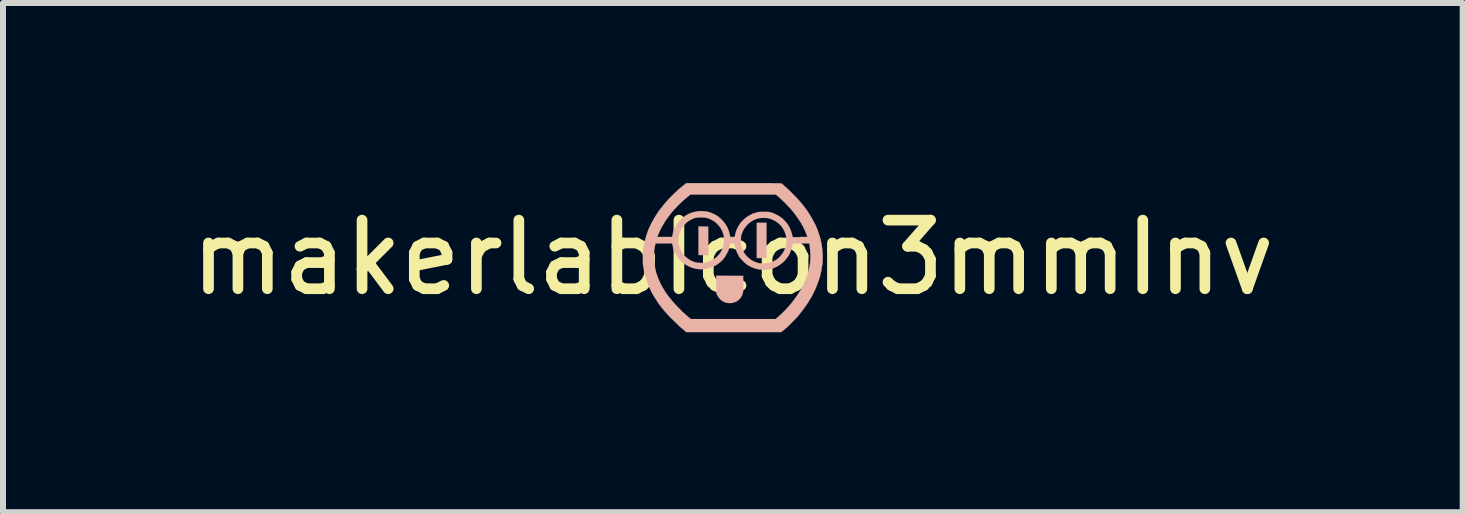
<source format=kicad_pcb>
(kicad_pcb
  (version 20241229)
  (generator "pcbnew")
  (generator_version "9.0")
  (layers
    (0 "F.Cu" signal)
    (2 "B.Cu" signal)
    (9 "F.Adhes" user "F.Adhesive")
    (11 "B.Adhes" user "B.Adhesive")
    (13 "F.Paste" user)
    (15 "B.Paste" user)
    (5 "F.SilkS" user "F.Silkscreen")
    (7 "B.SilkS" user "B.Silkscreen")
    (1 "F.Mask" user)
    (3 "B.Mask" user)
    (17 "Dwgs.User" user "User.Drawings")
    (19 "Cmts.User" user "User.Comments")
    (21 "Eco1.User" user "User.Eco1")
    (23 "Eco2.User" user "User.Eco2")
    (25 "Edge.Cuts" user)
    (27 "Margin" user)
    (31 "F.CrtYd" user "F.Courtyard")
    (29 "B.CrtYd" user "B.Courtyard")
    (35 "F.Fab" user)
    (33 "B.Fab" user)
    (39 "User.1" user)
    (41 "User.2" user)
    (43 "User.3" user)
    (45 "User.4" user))
  (footprint "makerlabIcon3mmInv"
    (layer "F.Cu")
    (at 9.16 1.241)
    (property "Reference" "makerlabIcon3mmInv" (at 0 0 0) (layer "F.SilkS") (effects (font (size 1.143 1.143) (thickness 0.178))))
    (attr through_hole)
    (fp_poly (pts (xy -0.572 -0.041) (xy -0.49 -0.041) (xy -0.409 -0.041) (xy -0.409 -0.277) (xy -0.411 -0.516) (xy -0.49 -0.518) (xy -0.572 -0.518) (xy -0.572 -0.279) (xy -0.572 -0.041)) (stroke (width 0.003) (type solid)) (fill yes) (layer "B.SilkS"))
    (fp_poly (pts (xy 0.399 0.008) (xy 0.48 0.008) (xy 0.561 0.008) (xy 0.561 -0.284) (xy 0.561 -0.579) (xy 0.48 -0.579) (xy 0.399 -0.579) (xy 0.399 -0.284) (xy 0.399 0.008)) (stroke (width 0.003) (type solid)) (fill yes) (layer "B.SilkS"))
    (fp_poly (pts (xy -0.277 0.302) (xy -0.277 0.45) (xy -0.274 0.594) (xy -0.259 0.63) (xy -0.236 0.665) (xy -0.208 0.699) (xy -0.173 0.726) (xy -0.135 0.744) (xy -0.119 0.752) (xy -0.084 0.757) (xy -0.048 0.759) (xy -0.013 0.757) (xy 0.018 0.749) (xy 0.061 0.732) (xy 0.097 0.706) (xy 0.127 0.676) (xy 0.15 0.638) (xy 0.165 0.599) (xy 0.168 0.592) (xy 0.17 0.582) (xy 0.17 0.569) (xy 0.173 0.556) (xy 0.173 0.536) (xy 0.173 0.513) (xy 0.173 0.48) (xy 0.173 0.442) (xy 0.173 0.439) (xy 0.173 0.305) (xy -0.051 0.305) (xy -0.277 0.302)) (stroke (width 0.003) (type solid)) (fill yes) (layer "B.SilkS"))
    (fp_poly (pts (xy -1.499 0.025) (xy -1.499 0.064) (xy -1.499 0.097) (xy -1.496 0.127) (xy -1.494 0.137) (xy -1.478 0.231) (xy -1.455 0.32) (xy -1.427 0.409) (xy -1.394 0.493) (xy -1.354 0.577) (xy -1.313 0.65) (xy -1.313 0.025) (xy -1.313 -0.015) (xy -1.311 -0.056) (xy -1.311 -0.097) (xy -1.306 -0.135) (xy -1.303 -0.168) (xy -1.3 -0.18) (xy -1.295 -0.201) (xy -1.293 -0.216) (xy -1.29 -0.229) (xy -1.288 -0.234) (xy -1.285 -0.234) (xy -1.273 -0.234) (xy -1.257 -0.236) (xy -1.257 -0.343) (xy -1.255 -0.353) (xy -1.247 -0.371) (xy -1.237 -0.394) (xy -1.227 -0.419) (xy -1.214 -0.45) (xy -1.199 -0.478) (xy -1.186 -0.503) (xy -1.179 -0.516) (xy -1.123 -0.61) (xy -1.059 -0.699) (xy -0.988 -0.787) (xy -0.909 -0.871) (xy -0.826 -0.95) (xy -0.747 -1.016) (xy -0.706 -1.049) (xy 0.005 -1.049) (xy 0.716 -1.049) (xy 0.762 -1.011) (xy 0.78 -0.996) (xy 0.8 -0.975) (xy 0.826 -0.953) (xy 0.848 -0.93) (xy 0.874 -0.907) (xy 0.874 -0.904) (xy 0.953 -0.823) (xy 1.021 -0.742) (xy 1.082 -0.658) (xy 1.135 -0.577) (xy 1.181 -0.493) (xy 1.219 -0.406) (xy 1.222 -0.399) (xy 1.229 -0.378) (xy 1.237 -0.363) (xy 1.242 -0.351) (xy 1.242 -0.345) (xy 1.24 -0.345) (xy 1.227 -0.343) (xy 1.209 -0.343) (xy 1.186 -0.343) (xy 1.161 -0.343) (xy 1.133 -0.343) (xy 1.105 -0.34) (xy 1.077 -0.34) (xy 1.052 -0.34) (xy 1.031 -0.34) (xy 1.013 -0.34) (xy 1.001 -0.34) (xy 0.998 -0.345) (xy 0.993 -0.356) (xy 0.991 -0.371) (xy 0.988 -0.381) (xy 0.97 -0.442) (xy 0.947 -0.5) (xy 0.914 -0.554) (xy 0.876 -0.602) (xy 0.833 -0.645) (xy 0.782 -0.683) (xy 0.726 -0.716) (xy 0.665 -0.742) (xy 0.632 -0.752) (xy 0.617 -0.754) (xy 0.605 -0.759) (xy 0.589 -0.759) (xy 0.572 -0.762) (xy 0.549 -0.762) (xy 0.518 -0.762) (xy 0.513 -0.762) (xy 0.485 -0.762) (xy 0.462 -0.762) (xy 0.445 -0.759) (xy 0.429 -0.759) (xy 0.417 -0.757) (xy 0.401 -0.754) (xy 0.389 -0.749) (xy 0.328 -0.729) (xy 0.269 -0.699) (xy 0.216 -0.663) (xy 0.168 -0.62) (xy 0.124 -0.572) (xy 0.089 -0.516) (xy 0.079 -0.495) (xy 0.066 -0.47) (xy 0.056 -0.445) (xy 0.048 -0.419) (xy 0.041 -0.389) (xy 0.033 -0.353) (xy 0.03 -0.348) (xy 0.028 -0.345) (xy 0.02 -0.343) (xy 0.008 -0.343) (xy -0.005 -0.343) (xy -0.043 -0.343) (xy -0.048 -0.371) (xy -0.064 -0.434) (xy -0.086 -0.493) (xy -0.117 -0.549) (xy -0.155 -0.599) (xy -0.198 -0.645) (xy -0.246 -0.686) (xy -0.3 -0.719) (xy -0.315 -0.724) (xy -0.368 -0.749) (xy -0.424 -0.765) (xy -0.48 -0.772) (xy -0.546 -0.775) (xy -0.61 -0.767) (xy -0.673 -0.752) (xy -0.732 -0.729) (xy -0.787 -0.699) (xy -0.838 -0.66) (xy -0.869 -0.632) (xy -0.912 -0.584) (xy -0.947 -0.528) (xy -0.978 -0.472) (xy -0.998 -0.409) (xy -1.008 -0.358) (xy -1.011 -0.343) (xy -1.133 -0.343) (xy -1.257 -0.343) (xy -1.257 -0.236) (xy -1.255 -0.236) (xy -1.232 -0.236) (xy -1.204 -0.236) (xy -1.176 -0.236) (xy -1.146 -0.236) (xy -1.115 -0.236) (xy -1.087 -0.236) (xy -1.062 -0.236) (xy -1.039 -0.236) (xy -1.024 -0.236) (xy -1.013 -0.236) (xy -1.011 -0.236) (xy -1.008 -0.231) (xy -1.008 -0.218) (xy -1.003 -0.203) (xy -1.003 -0.198) (xy -0.988 -0.135) (xy -0.963 -0.076) (xy -0.932 -0.023) (xy -0.907 0.01) (xy -0.907 -0.279) (xy -0.907 -0.287) (xy -0.907 -0.315) (xy -0.904 -0.338) (xy -0.904 -0.356) (xy -0.899 -0.373) (xy -0.897 -0.384) (xy -0.876 -0.439) (xy -0.851 -0.49) (xy -0.818 -0.536) (xy -0.777 -0.577) (xy -0.732 -0.612) (xy -0.688 -0.635) (xy -0.655 -0.65) (xy -0.625 -0.66) (xy -0.592 -0.665) (xy -0.556 -0.668) (xy -0.526 -0.668) (xy -0.498 -0.668) (xy -0.478 -0.668) (xy -0.462 -0.665) (xy -0.447 -0.663) (xy -0.432 -0.66) (xy -0.424 -0.658) (xy -0.376 -0.64) (xy -0.333 -0.617) (xy -0.295 -0.592) (xy -0.264 -0.564) (xy -0.226 -0.523) (xy -0.196 -0.478) (xy -0.17 -0.427) (xy -0.155 -0.378) (xy -0.15 -0.351) (xy -0.147 -0.318) (xy -0.147 -0.284) (xy -0.147 -0.249) (xy -0.152 -0.218) (xy -0.155 -0.201) (xy -0.175 -0.145) (xy -0.201 -0.091) (xy -0.234 -0.046) (xy -0.274 -0.005) (xy -0.318 0.028) (xy -0.368 0.056) (xy -0.422 0.076) (xy -0.447 0.084) (xy -0.478 0.089) (xy -0.513 0.091) (xy -0.551 0.089) (xy -0.587 0.086) (xy -0.617 0.081) (xy -0.62 0.081) (xy -0.635 0.076) (xy -0.655 0.069) (xy -0.678 0.058) (xy -0.699 0.051) (xy -0.747 0.02) (xy -0.79 -0.015) (xy -0.828 -0.056) (xy -0.859 -0.104) (xy -0.884 -0.157) (xy -0.894 -0.188) (xy -0.899 -0.206) (xy -0.902 -0.221) (xy -0.904 -0.236) (xy -0.907 -0.254) (xy -0.907 -0.279) (xy -0.907 0.01) (xy -0.894 0.028) (xy -0.848 0.074) (xy -0.798 0.112) (xy -0.744 0.142) (xy -0.693 0.165) (xy -0.643 0.18) (xy -0.589 0.191) (xy -0.574 0.193) (xy -0.511 0.196) (xy -0.447 0.188) (xy -0.386 0.175) (xy -0.328 0.152) (xy -0.272 0.124) (xy -0.221 0.086) (xy -0.175 0.046) (xy -0.142 0.005) (xy -0.107 -0.051) (xy -0.076 -0.109) (xy -0.056 -0.17) (xy -0.051 -0.201) (xy -0.043 -0.236) (xy -0.008 -0.236) (xy 0.03 -0.236) (xy 0.033 -0.203) (xy 0.046 -0.152) (xy 0.061 -0.102) (xy 0.086 -0.051) (xy 0.109 -0.008) (xy 0.124 0.01) (xy 0.135 0.02) (xy 0.135 -0.274) (xy 0.135 -0.31) (xy 0.137 -0.34) (xy 0.14 -0.368) (xy 0.142 -0.373) (xy 0.16 -0.424) (xy 0.185 -0.475) (xy 0.218 -0.518) (xy 0.251 -0.556) (xy 0.295 -0.592) (xy 0.343 -0.622) (xy 0.394 -0.643) (xy 0.419 -0.65) (xy 0.455 -0.658) (xy 0.493 -0.66) (xy 0.533 -0.66) (xy 0.574 -0.658) (xy 0.607 -0.65) (xy 0.66 -0.632) (xy 0.714 -0.605) (xy 0.759 -0.572) (xy 0.8 -0.533) (xy 0.833 -0.488) (xy 0.861 -0.437) (xy 0.881 -0.381) (xy 0.884 -0.373) (xy 0.889 -0.343) (xy 0.892 -0.31) (xy 0.894 -0.272) (xy 0.892 -0.234) (xy 0.886 -0.201) (xy 0.884 -0.188) (xy 0.864 -0.132) (xy 0.838 -0.084) (xy 0.805 -0.038) (xy 0.767 0.003) (xy 0.724 0.038) (xy 0.676 0.064) (xy 0.625 0.084) (xy 0.622 0.086) (xy 0.597 0.091) (xy 0.577 0.097) (xy 0.554 0.099) (xy 0.531 0.099) (xy 0.5 0.099) (xy 0.472 0.097) (xy 0.45 0.097) (xy 0.429 0.091) (xy 0.409 0.086) (xy 0.406 0.086) (xy 0.353 0.066) (xy 0.302 0.038) (xy 0.259 0.003) (xy 0.218 -0.038) (xy 0.185 -0.084) (xy 0.16 -0.137) (xy 0.145 -0.183) (xy 0.14 -0.208) (xy 0.135 -0.239) (xy 0.135 -0.274) (xy 0.135 0.02) (xy 0.145 0.033) (xy 0.168 0.058) (xy 0.193 0.081) (xy 0.216 0.102) (xy 0.236 0.119) (xy 0.241 0.122) (xy 0.3 0.155) (xy 0.361 0.18) (xy 0.422 0.196) (xy 0.483 0.203) (xy 0.546 0.203) (xy 0.607 0.196) (xy 0.668 0.18) (xy 0.726 0.155) (xy 0.782 0.122) (xy 0.833 0.084) (xy 0.874 0.043) (xy 0.909 -0.003) (xy 0.942 -0.053) (xy 0.965 -0.109) (xy 0.986 -0.165) (xy 0.996 -0.216) (xy 0.998 -0.236) (xy 1.135 -0.236) (xy 1.273 -0.236) (xy 1.28 -0.196) (xy 1.29 -0.102) (xy 1.293 -0.01) (xy 1.288 0.084) (xy 1.273 0.175) (xy 1.25 0.269) (xy 1.217 0.361) (xy 1.176 0.455) (xy 1.168 0.47) (xy 1.123 0.551) (xy 1.069 0.635) (xy 1.011 0.716) (xy 0.945 0.798) (xy 0.876 0.874) (xy 0.803 0.945) (xy 0.752 0.991) (xy 0.714 1.024) (xy 0.008 1.024) (xy -0.701 1.024) (xy -0.754 0.978) (xy -0.782 0.953) (xy -0.815 0.925) (xy -0.851 0.892) (xy -0.884 0.856) (xy -0.919 0.823) (xy -0.95 0.79) (xy -0.978 0.759) (xy -0.991 0.744) (xy -1.057 0.665) (xy -1.115 0.587) (xy -1.166 0.505) (xy -1.206 0.429) (xy -1.245 0.343) (xy -1.275 0.257) (xy -1.295 0.17) (xy -1.308 0.091) (xy -1.311 0.061) (xy -1.313 0.025) (xy -1.313 0.65) (xy -1.306 0.66) (xy -1.252 0.744) (xy -1.189 0.831) (xy -1.143 0.886) (xy -1.123 0.909) (xy -1.097 0.937) (xy -1.067 0.97) (xy -1.036 1.003) (xy -1.001 1.036) (xy -0.965 1.072) (xy -0.932 1.105) (xy -0.897 1.138) (xy -0.866 1.166) (xy -0.841 1.186) (xy -0.777 1.242) (xy 0.015 1.242) (xy 0.805 1.242) (xy 0.836 1.219) (xy 0.917 1.151) (xy 0.993 1.074) (xy 1.069 0.996) (xy 1.14 0.909) (xy 1.206 0.82) (xy 1.267 0.729) (xy 1.321 0.638) (xy 1.367 0.546) (xy 1.402 0.462) (xy 1.433 0.378) (xy 1.458 0.297) (xy 1.476 0.216) (xy 1.483 0.16) (xy 1.488 0.14) (xy 1.491 0.119) (xy 1.494 0.104) (xy 1.494 0.099) (xy 1.496 0.089) (xy 1.496 0.071) (xy 1.496 0.048) (xy 1.499 0.02) (xy 1.499 -0.008) (xy 1.494 -0.109) (xy 1.481 -0.211) (xy 1.46 -0.312) (xy 1.43 -0.409) (xy 1.412 -0.462) (xy 1.377 -0.544) (xy 1.333 -0.627) (xy 1.285 -0.711) (xy 1.232 -0.792) (xy 1.173 -0.869) (xy 1.166 -0.879) (xy 1.13 -0.922) (xy 1.087 -0.97) (xy 1.041 -1.019) (xy 0.993 -1.067) (xy 0.945 -1.115) (xy 0.899 -1.158) (xy 0.874 -1.181) (xy 0.856 -1.196) (xy 0.841 -1.212) (xy 0.828 -1.222) (xy 0.82 -1.229) (xy 0.82 -1.232) (xy 0.818 -1.232) (xy 0.815 -1.234) (xy 0.813 -1.234) (xy 0.805 -1.234) (xy 0.798 -1.234) (xy 0.79 -1.237) (xy 0.777 -1.237) (xy 0.759 -1.237) (xy 0.742 -1.237) (xy 0.716 -1.237) (xy 0.691 -1.237) (xy 0.658 -1.237) (xy 0.62 -1.24) (xy 0.577 -1.24) (xy 0.528 -1.24) (xy 0.472 -1.24) (xy 0.411 -1.24) (xy 0.343 -1.24) (xy 0.267 -1.24) (xy 0.183 -1.24) (xy 0.091 -1.24) (xy 0.02 -1.24) (xy -0.775 -1.24) (xy -0.81 -1.212) (xy -0.902 -1.138) (xy -0.988 -1.057) (xy -1.072 -0.973) (xy -1.151 -0.881) (xy -1.222 -0.79) (xy -1.245 -0.759) (xy -1.306 -0.663) (xy -1.361 -0.564) (xy -1.407 -0.465) (xy -1.443 -0.363) (xy -1.471 -0.259) (xy -1.491 -0.155) (xy -1.491 -0.152) (xy -1.496 -0.124) (xy -1.496 -0.091) (xy -1.499 -0.056) (xy -1.499 -0.015) (xy -1.499 0.025)) (stroke (width 0.003) (type solid)) (fill yes) (layer "B.SilkS")))
  (gr_rect
    (start -3 -3)
    (end 21.321 5.484)
    (stroke (width 0.1) (type default))
    (fill no)
    (layer "Edge.Cuts")))
</source>
